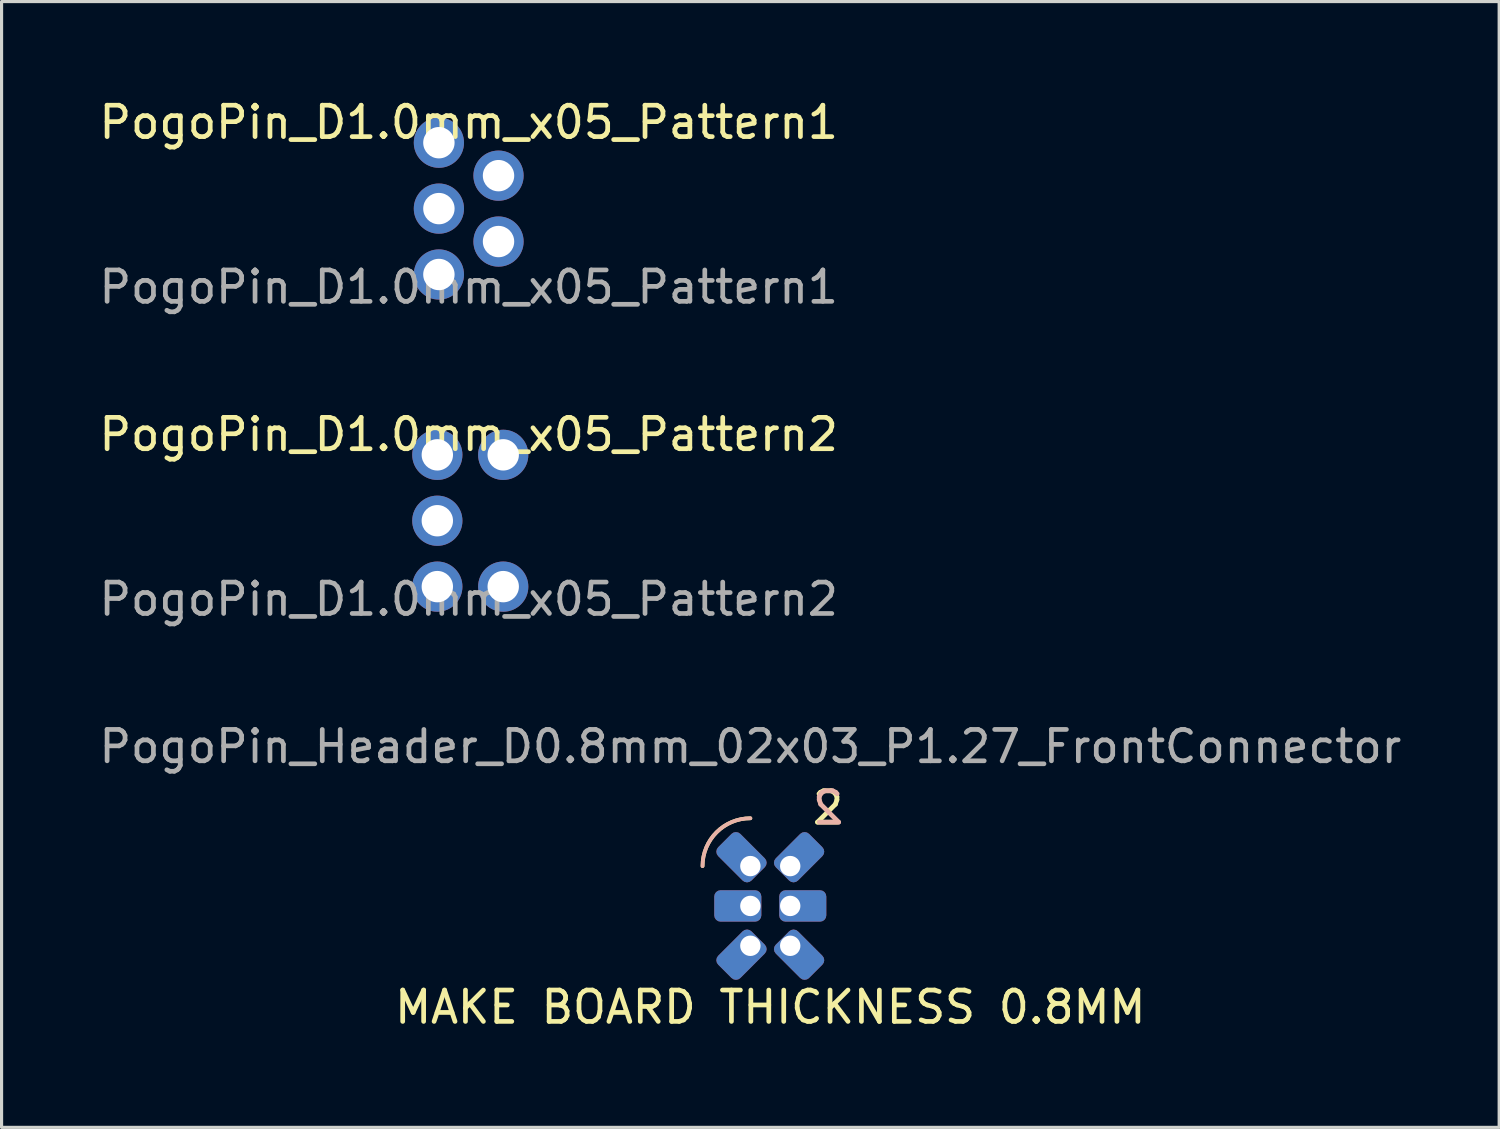
<source format=kicad_pcb>
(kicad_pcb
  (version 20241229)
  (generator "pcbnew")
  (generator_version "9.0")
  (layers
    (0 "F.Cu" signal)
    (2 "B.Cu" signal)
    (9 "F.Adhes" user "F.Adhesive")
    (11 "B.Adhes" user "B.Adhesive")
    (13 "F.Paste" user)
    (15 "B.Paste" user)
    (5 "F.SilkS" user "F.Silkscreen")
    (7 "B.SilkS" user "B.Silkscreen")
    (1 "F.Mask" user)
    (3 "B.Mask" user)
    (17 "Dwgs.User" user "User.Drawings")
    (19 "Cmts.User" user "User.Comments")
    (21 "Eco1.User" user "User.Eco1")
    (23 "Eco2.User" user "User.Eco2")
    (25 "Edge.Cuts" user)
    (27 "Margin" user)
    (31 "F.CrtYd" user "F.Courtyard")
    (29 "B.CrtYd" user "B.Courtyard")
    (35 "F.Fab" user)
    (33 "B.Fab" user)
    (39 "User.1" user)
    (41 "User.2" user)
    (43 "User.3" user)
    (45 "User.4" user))
  (footprint "PogoPin_D1.0mm_x05_Pattern2"
    (layer "F.Cu")
    (at 11.937 13.545)
    (property "Reference" "PogoPin_D1.0mm_x05_Pattern2" (at -0.05 -2.75 0) (unlocked yes) (layer "F.SilkS") (effects (font (size 1 1) (thickness 0.15))))
    (attr smd)
    (fp_text user "${REFERENCE}" (at -0.05 2.5 0) (unlocked yes) (layer "F.Fab") (effects (font (size 1 1) (thickness 0.15))))
    (pad "1" thru_hole circle (at -1.05 -2.1) (size 1.6 1.6) (drill 1) (layers "*.Cu" "*.Mask"))
    (pad "2" thru_hole circle (at -1.05 0) (size 1.6 1.6) (drill 1) (layers "*.Cu" "*.Mask"))
    (pad "3" thru_hole circle (at -1.05 2.1) (size 1.6 1.6) (drill 1) (layers "*.Cu" "*.Mask"))
    (pad "4" thru_hole circle (at 1.05 2.1) (size 1.6 1.6) (drill 1) (layers "*.Cu" "*.Mask"))
    (pad "5" thru_hole circle (at 1.05 -2.1) (size 1.6 1.6) (drill 1) (layers "*.Cu" "*.Mask")))
  (footprint "PogoPin_Header_D0.8mm_02x03_P1.27_FrontConnector"
    (layer "F.Cu")
    (at 20.863 25.821)
    (property "Reference" "PogoPin_Header_D0.8mm_02x03_P1.27_FrontConnector" (at 0 -5.08 0) (unlocked yes) (layer "F.Fab") (effects (font (size 1 1) (thickness 0.15))))
    (attr through_hole)
    (fp_arc (start -1.524 -1.27) (mid -1.077631 -2.347631) (end 0 -2.794) (stroke (width 0.12) (type default)) (layer "F.SilkS"))
    (fp_arc (start -1.524 -1.27) (mid -1.077631 -2.347631) (end 0 -2.794) (stroke (width 0.12) (type default)) (layer "B.SilkS"))
    (fp_text user "MAKE BOARD THICKNESS 0.8MM" (at 0.635 3.81 0) (unlocked yes) (layer "F.SilkS") (effects (font (size 1 1) (thickness 0.15)) (justify bottom)))
    (fp_text user "2" (at 3.048 -2.54 0) (unlocked yes) (layer "F.SilkS") (effects (font (size 1 1) (thickness 0.15)) (justify right bottom)))
    (fp_text user "2" (at 1.905 -2.54 0) (unlocked yes) (layer "B.SilkS") (effects (font (size 1 1) (thickness 0.15)) (justify right bottom mirror)))
    (pad "1" thru_hole roundrect (at 0 -1.27 135) (size 1.5 1) (drill 0.65 (offset 0.4 0)) (layers "*.Cu" "*.Mask") (roundrect_rratio 0.2))
    (pad "2" thru_hole roundrect (at 1.27 -1.27 45) (size 1.5 1) (drill 0.65 (offset 0.4 0)) (layers "*.Cu" "*.Mask") (roundrect_rratio 0.2))
    (pad "3" thru_hole roundrect (at 0 0 180) (size 1.5 1) (drill 0.65 (offset 0.4 0)) (layers "*.Cu" "*.Mask") (roundrect_rratio 0.2))
    (pad "4" thru_hole roundrect (at 1.27 0) (size 1.5 1) (drill 0.65 (offset 0.4 0)) (layers "*.Cu" "*.Mask") (roundrect_rratio 0.2))
    (pad "5" thru_hole roundrect (at 0 1.27 225) (size 1.5 1) (drill 0.65 (offset 0.4 0)) (layers "*.Cu" "*.Mask") (roundrect_rratio 0.2))
    (pad "6" thru_hole roundrect (at 1.27 1.27 315) (size 1.5 1) (drill 0.65 (offset 0.4 0)) (layers "*.Cu" "*.Mask") (roundrect_rratio 0.2)))
  (footprint "PogoPin_D1.0mm_x05_Pattern1"
    (layer "F.Cu")
    (at 11.887 3.598)
    (property "Reference" "PogoPin_D1.0mm_x05_Pattern1" (at 0 -2.75 0) (unlocked yes) (layer "F.SilkS") (effects (font (size 1 1) (thickness 0.15))))
    (attr smd)
    (fp_text user "${REFERENCE}" (at 0 2.5 0) (unlocked yes) (layer "F.Fab") (effects (font (size 1 1) (thickness 0.15))))
    (pad "1" thru_hole circle (at -0.95 -2.1) (size 1.6 1.6) (drill 1) (layers "*.Cu" "*.Mask"))
    (pad "2" thru_hole circle (at -0.95 0) (size 1.6 1.6) (drill 1) (layers "*.Cu" "*.Mask"))
    (pad "3" thru_hole circle (at -0.95 2.1) (size 1.6 1.6) (drill 1) (layers "*.Cu" "*.Mask"))
    (pad "4" thru_hole circle (at 0.95 1.05) (size 1.6 1.6) (drill 1) (layers "*.Cu" "*.Mask"))
    (pad "5" thru_hole circle (at 0.95 -1.05) (size 1.6 1.6) (drill 1) (layers "*.Cu" "*.Mask")))
  (gr_rect
    (start -3 -3)
    (end 44.726 32.878)
    (stroke (width 0.1) (type default))
    (fill no)
    (layer "Edge.Cuts")))
</source>
